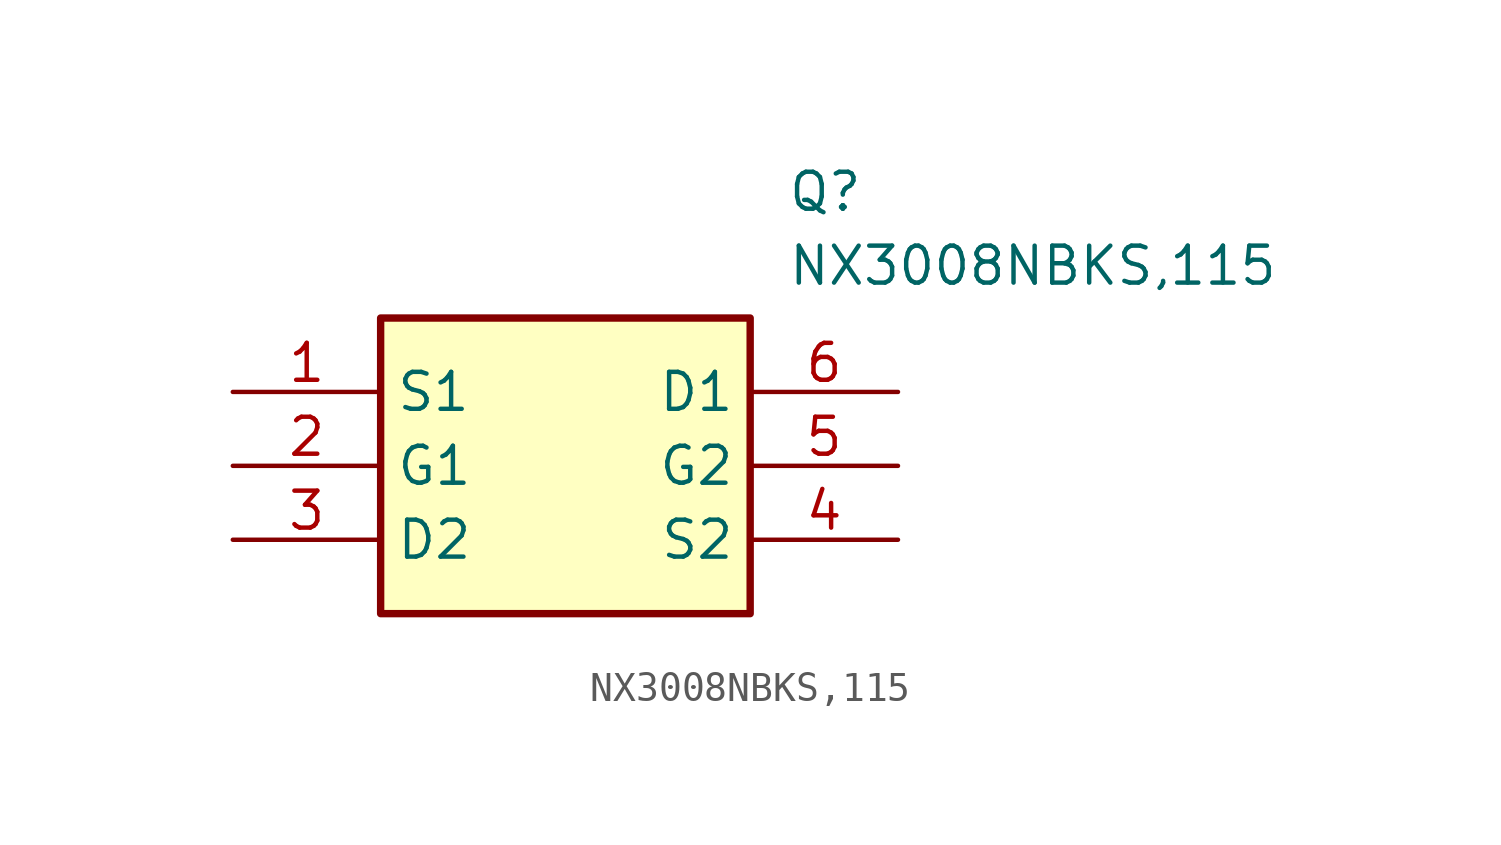
<source format=kicad_sym>
(kicad_symbol_lib
  (version 20241209)
  (generator "kicad_symbol_editor")
  (generator_version "9.0")
  (symbol "NX3008NBKS,115"
    (property "Reference" "Q"
      (at 19.05 7.62 0)
      (effects (font (size 1.27 1.27)) (justify left top)))
    (property "Value" "NX3008NBKS,115"
      (at 19.05 5.08 0)
      (effects (font (size 1.27 1.27)) (justify left top)))
    (symbol "NX3008NBKS,115_1_1"
      (rectangle (start 5.08 2.54) (end 17.78 -7.62) (stroke (width 0.254) (type default)) (fill (type background)))
      (pin passive line (at 0 0 0) (length 5.08) (name "S1" (effects (font (size 1.27 1.27)))) (number "1" (effects (font (size 1.27 1.27)))))
      (pin passive line (at 0 -2.54 0) (length 5.08) (name "G1" (effects (font (size 1.27 1.27)))) (number "2" (effects (font (size 1.27 1.27)))))
      (pin passive line (at 0 -5.08 0) (length 5.08) (name "D2" (effects (font (size 1.27 1.27)))) (number "3" (effects (font (size 1.27 1.27)))))
      (pin passive line (at 22.86 0 180) (length 5.08) (name "D1" (effects (font (size 1.27 1.27)))) (number "6" (effects (font (size 1.27 1.27)))))
      (pin passive line (at 22.86 -2.54 180) (length 5.08) (name "G2" (effects (font (size 1.27 1.27)))) (number "5" (effects (font (size 1.27 1.27)))))
      (pin passive line (at 22.86 -5.08 180) (length 5.08) (name "S2" (effects (font (size 1.27 1.27)))) (number "4" (effects (font (size 1.27 1.27))))))))
</source>
